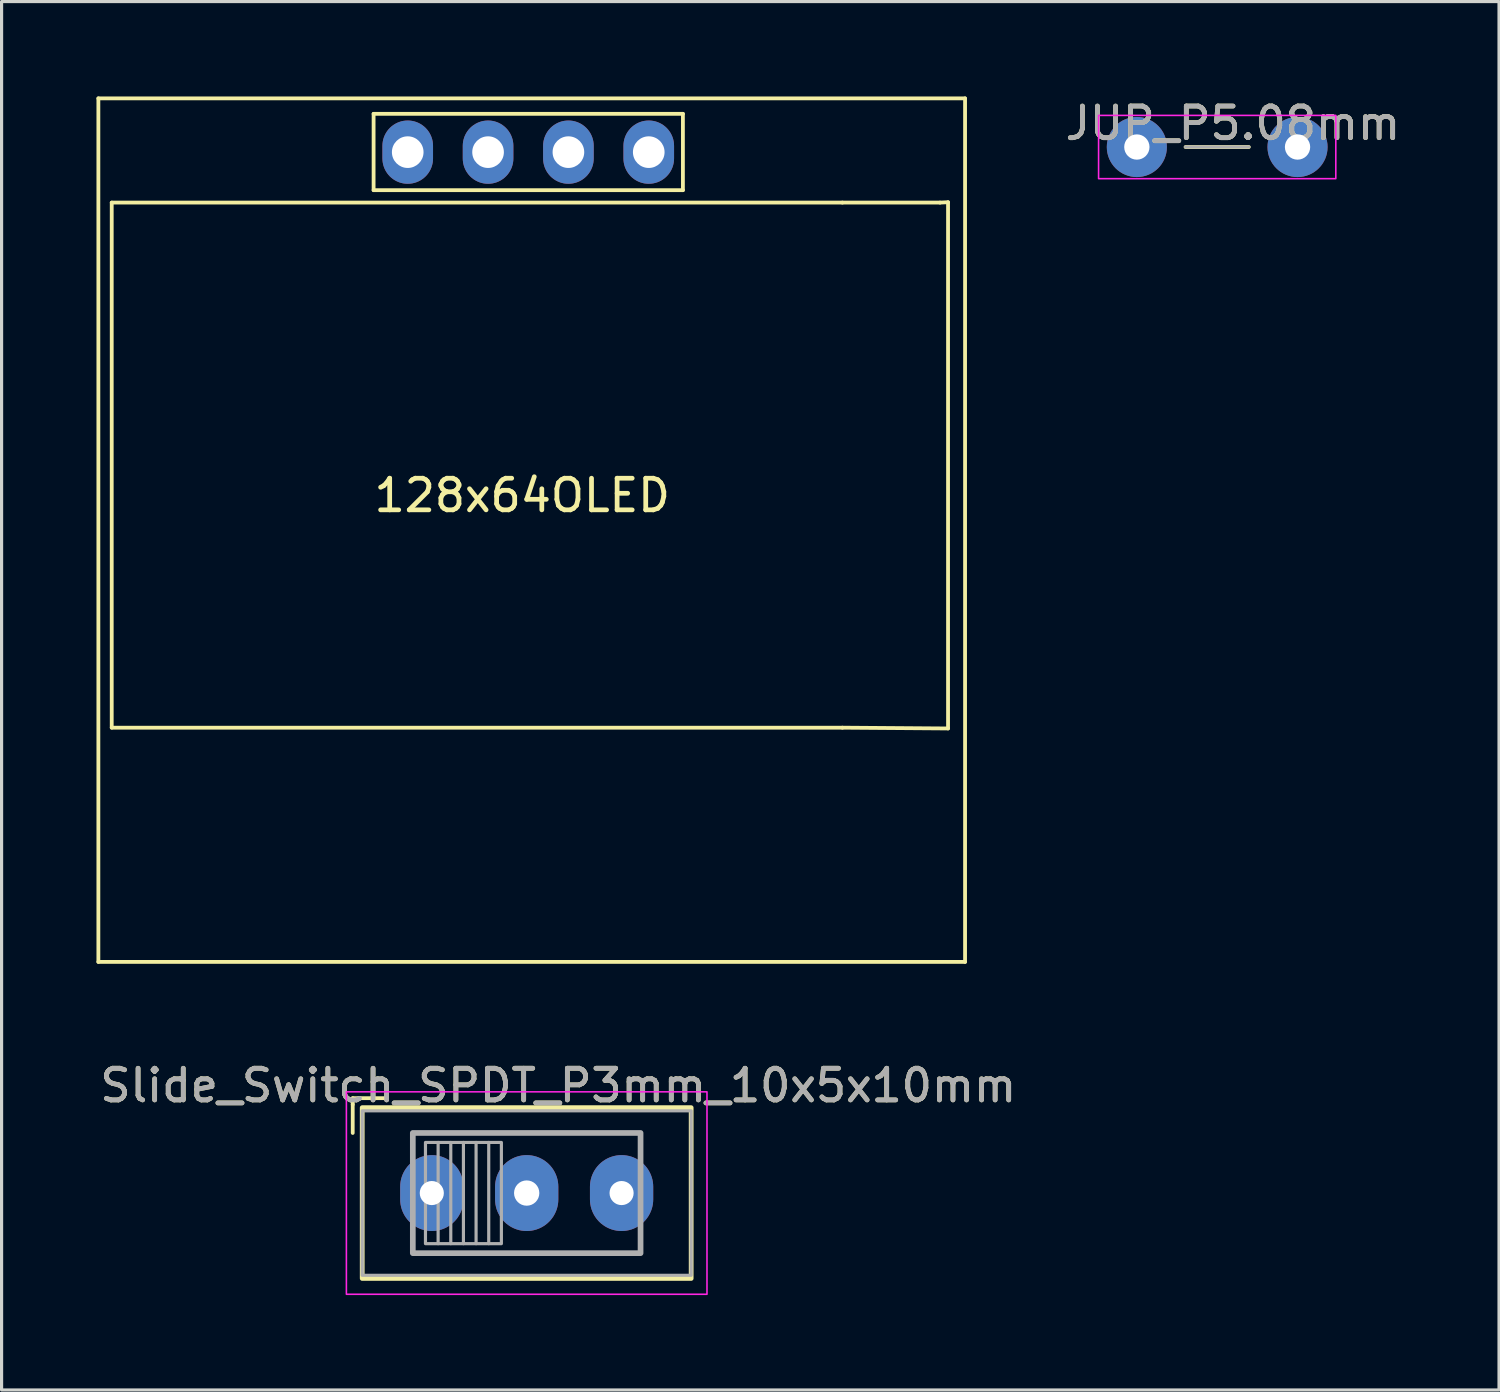
<source format=kicad_pcb>
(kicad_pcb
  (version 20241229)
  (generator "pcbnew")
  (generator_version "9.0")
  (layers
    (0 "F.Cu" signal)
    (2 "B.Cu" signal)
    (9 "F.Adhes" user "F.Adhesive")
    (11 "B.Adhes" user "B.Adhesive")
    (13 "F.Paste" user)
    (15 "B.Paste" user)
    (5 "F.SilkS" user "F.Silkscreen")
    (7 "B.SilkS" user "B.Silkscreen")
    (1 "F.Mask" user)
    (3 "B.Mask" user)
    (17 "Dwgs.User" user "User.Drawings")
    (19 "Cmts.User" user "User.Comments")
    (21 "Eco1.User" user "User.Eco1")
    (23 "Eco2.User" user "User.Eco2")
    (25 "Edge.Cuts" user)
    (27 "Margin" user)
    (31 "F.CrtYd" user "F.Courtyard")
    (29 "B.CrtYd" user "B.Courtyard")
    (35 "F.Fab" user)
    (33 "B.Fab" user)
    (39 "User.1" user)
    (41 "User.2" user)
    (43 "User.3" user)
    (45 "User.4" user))
  (footprint "Slide_Switch_SPDT_P3mm_10x5x10mm"
    (layer "F.Cu")
    (at 10.601 34.668)
    (property "Reference" "Slide_Switch_SPDT_P3mm_10x5x10mm" (at 4 -3.4 0) (unlocked yes) (layer "F.SilkS") (effects (font (size 1 1) (thickness 0.15))))
    (attr through_hole)
    (fp_line (start -2.5 -3) (end -1.9 -3) (stroke (width 0.12) (type solid)) (layer "F.SilkS"))
    (fp_line (start -2.5 -2.8) (end -2.5 -3) (stroke (width 0.12) (type solid)) (layer "F.SilkS"))
    (fp_line (start -2.5 -1.9) (end -2.5 -2.8) (stroke (width 0.12) (type solid)) (layer "F.SilkS"))
    (fp_line (start -1.9 -3) (end -1.5 -3) (stroke (width 0.12) (type solid)) (layer "F.SilkS"))
    (fp_rect (start -2.2 -2.7) (end 8.2 2.7) (stroke (width 0.15) (type solid)) (fill no) (layer "F.SilkS"))
    (fp_rect (start -2.7 -3.2) (end 8.7 3.2) (stroke (width 0.05) (type solid)) (fill no) (layer "F.CrtYd"))
    (fp_line (start 0.2 -1.6) (end 0.2 1.6) (stroke (width 0.1) (type solid)) (layer "F.Fab"))
    (fp_line (start 0.6 -1.6) (end 0.6 1.6) (stroke (width 0.1) (type solid)) (layer "F.Fab"))
    (fp_line (start 1 -1.6) (end 1 1.6) (stroke (width 0.1) (type solid)) (layer "F.Fab"))
    (fp_line (start 1.4 -1.6) (end 1.4 1.6) (stroke (width 0.1) (type solid)) (layer "F.Fab"))
    (fp_line (start 1.8 -1.6) (end 1.8 1.6) (stroke (width 0.1) (type solid)) (layer "F.Fab"))
    (fp_rect (start -2.2 -2.6) (end 8.2 2.6) (stroke (width 0.1) (type solid)) (fill no) (layer "F.Fab"))
    (fp_rect (start -0.6 -1.9) (end 6.6 1.9) (stroke (width 0.18) (type solid)) (fill no) (layer "F.Fab"))
    (fp_rect (start -0.2 -1.6) (end 2.2 1.6) (stroke (width 0.1) (type solid)) (fill no) (layer "F.Fab"))
    (fp_text user "${REFERENCE}" (at 4 -3.4 0) (unlocked yes) (layer "F.Fab") (effects (font (size 1 1) (thickness 0.15))))
    (pad "1" thru_hole oval (at 0 0) (size 2 2.4) (drill 0.762) (layers "*.Cu" "*.Mask"))
    (pad "2" thru_hole oval (at 3 0) (size 2 2.4) (drill 0.8) (layers "*.Cu" "*.Mask"))
    (pad "3" thru_hole oval (at 6 0) (size 2 2.4) (drill 0.762) (layers "*.Cu" "*.Mask")))
  (footprint "128x64OLED"
    (layer "F.Cu")
    (at 13.46 12.36)
    (property "Reference" "128x64OLED" (at 0 0.254 0) (layer "F.SilkS") (effects (font (size 1 1) (thickness 0.15))))
    (attr through_hole)
    (fp_line (start -13.4 -12.3) (end 14 -12.3) (stroke (width 0.12) (type solid)) (layer "F.SilkS"))
    (fp_line (start -13.4 15) (end -13.4 -12.3) (stroke (width 0.12) (type solid)) (layer "F.SilkS"))
    (fp_line (start -12.978 -9.005) (end 10.122 -9.005) (stroke (width 0.12) (type solid)) (layer "F.SilkS"))
    (fp_line (start -12.978 7.595) (end -12.978 -9.005) (stroke (width 0.12) (type solid)) (layer "F.SilkS"))
    (fp_line (start -4.699 -11.811) (end -4.699 -9.398) (stroke (width 0.12) (type solid)) (layer "F.SilkS"))
    (fp_line (start -4.699 -11.811) (end 5.08 -11.811) (stroke (width 0.12) (type solid)) (layer "F.SilkS"))
    (fp_line (start 5.08 -11.811) (end 5.08 -9.398) (stroke (width 0.12) (type solid)) (layer "F.SilkS"))
    (fp_line (start 5.08 -9.398) (end -4.699 -9.398) (stroke (width 0.12) (type solid)) (layer "F.SilkS"))
    (fp_line (start 10.122 -9.005) (end 13.208 -9.005) (stroke (width 0.12) (type solid)) (layer "F.SilkS"))
    (fp_line (start 10.122 7.595) (end -12.978 7.595) (stroke (width 0.12) (type solid)) (layer "F.SilkS"))
    (fp_line (start 10.122 7.595) (end 13.462 7.62) (stroke (width 0.12) (type solid)) (layer "F.SilkS"))
    (fp_line (start 13.462 -9.017) (end 13.208 -9.005) (stroke (width 0.12) (type solid)) (layer "F.SilkS"))
    (fp_line (start 13.462 7.62) (end 13.462 -9.017) (stroke (width 0.12) (type solid)) (layer "F.SilkS"))
    (fp_line (start 14 -12.3) (end 14 15) (stroke (width 0.12) (type solid)) (layer "F.SilkS"))
    (fp_line (start 14 15) (end -13.4 15) (stroke (width 0.12) (type solid)) (layer "F.SilkS"))
    (pad "1" thru_hole oval (at -3.62 -10.6 90) (size 2 1.6) (drill 1) (layers "*.Cu" "*.Mask"))
    (pad "2" thru_hole oval (at -1.08 -10.6 90) (size 2 1.6) (drill 1) (layers "*.Cu" "*.Mask"))
    (pad "3" thru_hole oval (at 1.46 -10.6 90) (size 2 1.6) (drill 1) (layers "*.Cu" "*.Mask"))
    (pad "4" thru_hole oval (at 4 -10.6 90) (size 2 1.6) (drill 1) (layers "*.Cu" "*.Mask")))
  (footprint "JUP_P5.08mm"
    (layer "F.Cu")
    (at 35.431 1.598)
    (property "Reference" "JUP_P5.08mm" (at 0.5 -0.75 0) (unlocked yes) (layer "F.SilkS") (effects (font (size 1 1) (thickness 0.15))))
    (attr through_hole)
    (fp_line (start -1 0) (end 1 0) (stroke (width 0.12) (type solid)) (layer "F.SilkS"))
    (fp_rect (start -3.75 -1) (end 3.75 1) (stroke (width 0.05) (type solid)) (fill no) (layer "F.CrtYd"))
    (fp_line (start -1 0) (end 1 0) (stroke (width 0.1) (type solid)) (layer "F.Fab"))
    (fp_text user "${REFERENCE}" (at 0.5 -0.75 0) (unlocked yes) (layer "F.Fab") (effects (font (size 1 1) (thickness 0.15))))
    (pad "1" thru_hole circle (at -2.54 0) (size 1.9 1.9) (drill 0.8) (layers "*.Cu" "*.Mask"))
    (pad "2" thru_hole circle (at 2.54 0) (size 1.9 1.9) (drill 0.8) (layers "*.Cu" "*.Mask")))
  (gr_rect
    (start -3 -3)
    (end 44.341 40.893)
    (stroke (width 0.1) (type default))
    (fill no)
    (layer "Edge.Cuts")))
</source>
